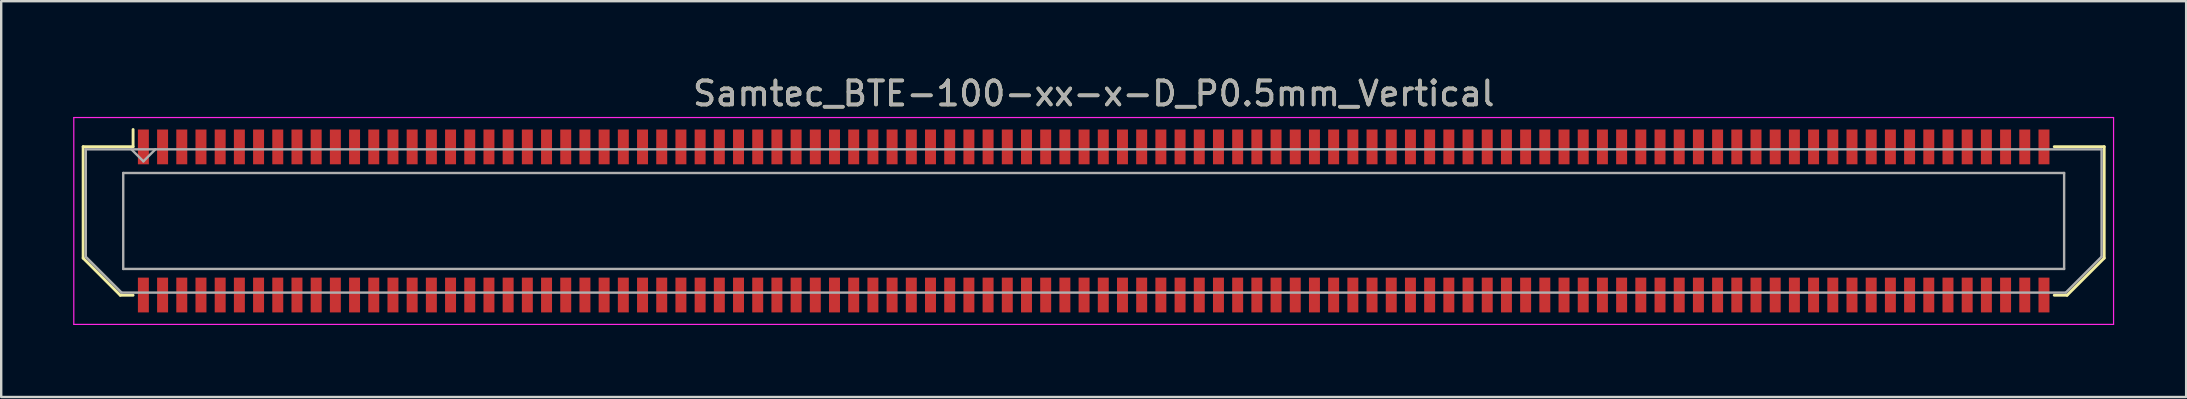
<source format=kicad_pcb>
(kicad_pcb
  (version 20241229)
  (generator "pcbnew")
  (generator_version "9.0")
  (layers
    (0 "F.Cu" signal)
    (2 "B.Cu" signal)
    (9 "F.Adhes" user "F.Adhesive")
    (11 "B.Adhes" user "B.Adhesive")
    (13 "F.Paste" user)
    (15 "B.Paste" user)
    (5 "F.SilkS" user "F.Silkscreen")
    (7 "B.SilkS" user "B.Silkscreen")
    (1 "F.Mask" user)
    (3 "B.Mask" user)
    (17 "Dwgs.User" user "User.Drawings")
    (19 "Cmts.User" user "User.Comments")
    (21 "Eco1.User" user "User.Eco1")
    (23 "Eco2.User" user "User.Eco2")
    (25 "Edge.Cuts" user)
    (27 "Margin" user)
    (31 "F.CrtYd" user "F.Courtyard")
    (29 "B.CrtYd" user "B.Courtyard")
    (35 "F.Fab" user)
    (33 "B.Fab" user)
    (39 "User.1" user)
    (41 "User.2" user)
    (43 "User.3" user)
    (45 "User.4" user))
  (footprint "Samtec_BTE-100-xx-x-D_P0.5mm_Vertical"
    (layer "F.Cu")
    (at 42.525 6.158)
    (property "Reference" "Samtec_BTE-100-xx-x-D_P0.5mm_Vertical" (at 0 -5.31 0) (layer "F.SilkS") (effects (font (size 1 1) (thickness 0.15))))
    (attr smd)
    (fp_line (start -42.11 -3.095) (end -42.11 1.548) (stroke (width 0.12) (type solid)) (layer "F.SilkS"))
    (fp_line (start -42.11 1.548) (end -40.562 3.095) (stroke (width 0.12) (type solid)) (layer "F.SilkS"))
    (fp_line (start -40.562 3.095) (end -40.029 3.095) (stroke (width 0.12) (type solid)) (layer "F.SilkS"))
    (fp_line (start -40.029 -3.811) (end -40.029 -3.095) (stroke (width 0.12) (type solid)) (layer "F.SilkS"))
    (fp_line (start -40.029 -3.095) (end -42.11 -3.095) (stroke (width 0.12) (type solid)) (layer "F.SilkS"))
    (fp_line (start 40.029 -3.095) (end 42.11 -3.095) (stroke (width 0.12) (type solid)) (layer "F.SilkS"))
    (fp_line (start 40.562 3.095) (end 40.029 3.095) (stroke (width 0.12) (type solid)) (layer "F.SilkS"))
    (fp_line (start 42.11 -3.095) (end 42.11 1.548) (stroke (width 0.12) (type solid)) (layer "F.SilkS"))
    (fp_line (start 42.11 1.548) (end 40.562 3.095) (stroke (width 0.12) (type solid)) (layer "F.SilkS"))
    (fp_line (start -42.5 -4.31) (end -42.5 4.31) (stroke (width 0.05) (type solid)) (layer "F.CrtYd"))
    (fp_line (start -42.5 4.31) (end 42.5 4.31) (stroke (width 0.05) (type solid)) (layer "F.CrtYd"))
    (fp_line (start 42.5 -4.31) (end -42.5 -4.31) (stroke (width 0.05) (type solid)) (layer "F.CrtYd"))
    (fp_line (start 42.5 4.31) (end 42.5 -4.31) (stroke (width 0.05) (type solid)) (layer "F.CrtYd"))
    (fp_line (start -42 -2.985) (end -42 1.492) (stroke (width 0.1) (type solid)) (layer "F.Fab"))
    (fp_line (start -42 -2.985) (end 42 -2.985) (stroke (width 0.1) (type solid)) (layer "F.Fab"))
    (fp_line (start -42 1.492) (end -40.508 2.985) (stroke (width 0.1) (type solid)) (layer "F.Fab"))
    (fp_line (start -40.508 2.985) (end 40.508 2.985) (stroke (width 0.1) (type solid)) (layer "F.Fab"))
    (fp_line (start -40.44 -2) (end -40.44 2) (stroke (width 0.1) (type solid)) (layer "F.Fab"))
    (fp_line (start -40.44 2) (end 40.44 2) (stroke (width 0.1) (type solid)) (layer "F.Fab"))
    (fp_line (start -39.6 -2.485) (end -40.1 -2.985) (stroke (width 0.1) (type solid)) (layer "F.Fab"))
    (fp_line (start -39.1 -2.985) (end -39.6 -2.485) (stroke (width 0.1) (type solid)) (layer "F.Fab"))
    (fp_line (start 40.44 -2) (end -40.44 -2) (stroke (width 0.1) (type solid)) (layer "F.Fab"))
    (fp_line (start 40.44 2) (end 40.44 -2) (stroke (width 0.1) (type solid)) (layer "F.Fab"))
    (fp_line (start 42 -2.985) (end 42 1.492) (stroke (width 0.1) (type solid)) (layer "F.Fab"))
    (fp_line (start 42 1.492) (end 40.508 2.985) (stroke (width 0.1) (type solid)) (layer "F.Fab"))
    (fp_text user "${REFERENCE}" (at 0 -5.31 0) (layer "F.Fab") (effects (font (size 1 1) (thickness 0.15))))
    (pad "1" smd rect (at -39.6 -3.086) (size 0.457 1.45) (layers "F.Cu" "F.Mask" "F.Paste"))
    (pad "2" smd rect (at -39.6 3.086) (size 0.457 1.45) (layers "F.Cu" "F.Mask" "F.Paste"))
    (pad "3" smd rect (at -38.8 -3.086) (size 0.457 1.45) (layers "F.Cu" "F.Mask" "F.Paste"))
    (pad "4" smd rect (at -38.8 3.086) (size 0.457 1.45) (layers "F.Cu" "F.Mask" "F.Paste"))
    (pad "5" smd rect (at -38 -3.086) (size 0.457 1.45) (layers "F.Cu" "F.Mask" "F.Paste"))
    (pad "6" smd rect (at -38 3.086) (size 0.457 1.45) (layers "F.Cu" "F.Mask" "F.Paste"))
    (pad "7" smd rect (at -37.2 -3.086) (size 0.457 1.45) (layers "F.Cu" "F.Mask" "F.Paste"))
    (pad "8" smd rect (at -37.2 3.086) (size 0.457 1.45) (layers "F.Cu" "F.Mask" "F.Paste"))
    (pad "9" smd rect (at -36.4 -3.086) (size 0.457 1.45) (layers "F.Cu" "F.Mask" "F.Paste"))
    (pad "10" smd rect (at -36.4 3.086) (size 0.457 1.45) (layers "F.Cu" "F.Mask" "F.Paste"))
    (pad "11" smd rect (at -35.6 -3.086) (size 0.457 1.45) (layers "F.Cu" "F.Mask" "F.Paste"))
    (pad "12" smd rect (at -35.6 3.086) (size 0.457 1.45) (layers "F.Cu" "F.Mask" "F.Paste"))
    (pad "13" smd rect (at -34.8 -3.086) (size 0.457 1.45) (layers "F.Cu" "F.Mask" "F.Paste"))
    (pad "14" smd rect (at -34.8 3.086) (size 0.457 1.45) (layers "F.Cu" "F.Mask" "F.Paste"))
    (pad "15" smd rect (at -34 -3.086) (size 0.457 1.45) (layers "F.Cu" "F.Mask" "F.Paste"))
    (pad "16" smd rect (at -34 3.086) (size 0.457 1.45) (layers "F.Cu" "F.Mask" "F.Paste"))
    (pad "17" smd rect (at -33.2 -3.086) (size 0.457 1.45) (layers "F.Cu" "F.Mask" "F.Paste"))
    (pad "18" smd rect (at -33.2 3.086) (size 0.457 1.45) (layers "F.Cu" "F.Mask" "F.Paste"))
    (pad "19" smd rect (at -32.4 -3.086) (size 0.457 1.45) (layers "F.Cu" "F.Mask" "F.Paste"))
    (pad "20" smd rect (at -32.4 3.086) (size 0.457 1.45) (layers "F.Cu" "F.Mask" "F.Paste"))
    (pad "21" smd rect (at -31.6 -3.086) (size 0.457 1.45) (layers "F.Cu" "F.Mask" "F.Paste"))
    (pad "22" smd rect (at -31.6 3.086) (size 0.457 1.45) (layers "F.Cu" "F.Mask" "F.Paste"))
    (pad "23" smd rect (at -30.8 -3.086) (size 0.457 1.45) (layers "F.Cu" "F.Mask" "F.Paste"))
    (pad "24" smd rect (at -30.8 3.086) (size 0.457 1.45) (layers "F.Cu" "F.Mask" "F.Paste"))
    (pad "25" smd rect (at -30 -3.086) (size 0.457 1.45) (layers "F.Cu" "F.Mask" "F.Paste"))
    (pad "26" smd rect (at -30 3.086) (size 0.457 1.45) (layers "F.Cu" "F.Mask" "F.Paste"))
    (pad "27" smd rect (at -29.2 -3.086) (size 0.457 1.45) (layers "F.Cu" "F.Mask" "F.Paste"))
    (pad "28" smd rect (at -29.2 3.086) (size 0.457 1.45) (layers "F.Cu" "F.Mask" "F.Paste"))
    (pad "29" smd rect (at -28.4 -3.086) (size 0.457 1.45) (layers "F.Cu" "F.Mask" "F.Paste"))
    (pad "30" smd rect (at -28.4 3.086) (size 0.457 1.45) (layers "F.Cu" "F.Mask" "F.Paste"))
    (pad "31" smd rect (at -27.6 -3.086) (size 0.457 1.45) (layers "F.Cu" "F.Mask" "F.Paste"))
    (pad "32" smd rect (at -27.6 3.086) (size 0.457 1.45) (layers "F.Cu" "F.Mask" "F.Paste"))
    (pad "33" smd rect (at -26.8 -3.086) (size 0.457 1.45) (layers "F.Cu" "F.Mask" "F.Paste"))
    (pad "34" smd rect (at -26.8 3.086) (size 0.457 1.45) (layers "F.Cu" "F.Mask" "F.Paste"))
    (pad "35" smd rect (at -26 -3.086) (size 0.457 1.45) (layers "F.Cu" "F.Mask" "F.Paste"))
    (pad "36" smd rect (at -26 3.086) (size 0.457 1.45) (layers "F.Cu" "F.Mask" "F.Paste"))
    (pad "37" smd rect (at -25.2 -3.086) (size 0.457 1.45) (layers "F.Cu" "F.Mask" "F.Paste"))
    (pad "38" smd rect (at -25.2 3.086) (size 0.457 1.45) (layers "F.Cu" "F.Mask" "F.Paste"))
    (pad "39" smd rect (at -24.4 -3.086) (size 0.457 1.45) (layers "F.Cu" "F.Mask" "F.Paste"))
    (pad "40" smd rect (at -24.4 3.086) (size 0.457 1.45) (layers "F.Cu" "F.Mask" "F.Paste"))
    (pad "41" smd rect (at -23.6 -3.086) (size 0.457 1.45) (layers "F.Cu" "F.Mask" "F.Paste"))
    (pad "42" smd rect (at -23.6 3.086) (size 0.457 1.45) (layers "F.Cu" "F.Mask" "F.Paste"))
    (pad "43" smd rect (at -22.8 -3.086) (size 0.457 1.45) (layers "F.Cu" "F.Mask" "F.Paste"))
    (pad "44" smd rect (at -22.8 3.086) (size 0.457 1.45) (layers "F.Cu" "F.Mask" "F.Paste"))
    (pad "45" smd rect (at -22 -3.086) (size 0.457 1.45) (layers "F.Cu" "F.Mask" "F.Paste"))
    (pad "46" smd rect (at -22 3.086) (size 0.457 1.45) (layers "F.Cu" "F.Mask" "F.Paste"))
    (pad "47" smd rect (at -21.2 -3.086) (size 0.457 1.45) (layers "F.Cu" "F.Mask" "F.Paste"))
    (pad "48" smd rect (at -21.2 3.086) (size 0.457 1.45) (layers "F.Cu" "F.Mask" "F.Paste"))
    (pad "49" smd rect (at -20.4 -3.086) (size 0.457 1.45) (layers "F.Cu" "F.Mask" "F.Paste"))
    (pad "50" smd rect (at -20.4 3.086) (size 0.457 1.45) (layers "F.Cu" "F.Mask" "F.Paste"))
    (pad "51" smd rect (at -19.6 -3.086) (size 0.457 1.45) (layers "F.Cu" "F.Mask" "F.Paste"))
    (pad "52" smd rect (at -19.6 3.086) (size 0.457 1.45) (layers "F.Cu" "F.Mask" "F.Paste"))
    (pad "53" smd rect (at -18.8 -3.086) (size 0.457 1.45) (layers "F.Cu" "F.Mask" "F.Paste"))
    (pad "54" smd rect (at -18.8 3.086) (size 0.457 1.45) (layers "F.Cu" "F.Mask" "F.Paste"))
    (pad "55" smd rect (at -18 -3.086) (size 0.457 1.45) (layers "F.Cu" "F.Mask" "F.Paste"))
    (pad "56" smd rect (at -18 3.086) (size 0.457 1.45) (layers "F.Cu" "F.Mask" "F.Paste"))
    (pad "57" smd rect (at -17.2 -3.086) (size 0.457 1.45) (layers "F.Cu" "F.Mask" "F.Paste"))
    (pad "58" smd rect (at -17.2 3.086) (size 0.457 1.45) (layers "F.Cu" "F.Mask" "F.Paste"))
    (pad "59" smd rect (at -16.4 -3.086) (size 0.457 1.45) (layers "F.Cu" "F.Mask" "F.Paste"))
    (pad "60" smd rect (at -16.4 3.086) (size 0.457 1.45) (layers "F.Cu" "F.Mask" "F.Paste"))
    (pad "61" smd rect (at -15.6 -3.086) (size 0.457 1.45) (layers "F.Cu" "F.Mask" "F.Paste"))
    (pad "62" smd rect (at -15.6 3.086) (size 0.457 1.45) (layers "F.Cu" "F.Mask" "F.Paste"))
    (pad "63" smd rect (at -14.8 -3.086) (size 0.457 1.45) (layers "F.Cu" "F.Mask" "F.Paste"))
    (pad "64" smd rect (at -14.8 3.086) (size 0.457 1.45) (layers "F.Cu" "F.Mask" "F.Paste"))
    (pad "65" smd rect (at -14 -3.086) (size 0.457 1.45) (layers "F.Cu" "F.Mask" "F.Paste"))
    (pad "66" smd rect (at -14 3.086) (size 0.457 1.45) (layers "F.Cu" "F.Mask" "F.Paste"))
    (pad "67" smd rect (at -13.2 -3.086) (size 0.457 1.45) (layers "F.Cu" "F.Mask" "F.Paste"))
    (pad "68" smd rect (at -13.2 3.086) (size 0.457 1.45) (layers "F.Cu" "F.Mask" "F.Paste"))
    (pad "69" smd rect (at -12.4 -3.086) (size 0.457 1.45) (layers "F.Cu" "F.Mask" "F.Paste"))
    (pad "70" smd rect (at -12.4 3.086) (size 0.457 1.45) (layers "F.Cu" "F.Mask" "F.Paste"))
    (pad "71" smd rect (at -11.6 -3.086) (size 0.457 1.45) (layers "F.Cu" "F.Mask" "F.Paste"))
    (pad "72" smd rect (at -11.6 3.086) (size 0.457 1.45) (layers "F.Cu" "F.Mask" "F.Paste"))
    (pad "73" smd rect (at -10.8 -3.086) (size 0.457 1.45) (layers "F.Cu" "F.Mask" "F.Paste"))
    (pad "74" smd rect (at -10.8 3.086) (size 0.457 1.45) (layers "F.Cu" "F.Mask" "F.Paste"))
    (pad "75" smd rect (at -10 -3.086) (size 0.457 1.45) (layers "F.Cu" "F.Mask" "F.Paste"))
    (pad "76" smd rect (at -10 3.086) (size 0.457 1.45) (layers "F.Cu" "F.Mask" "F.Paste"))
    (pad "77" smd rect (at -9.2 -3.086) (size 0.457 1.45) (layers "F.Cu" "F.Mask" "F.Paste"))
    (pad "78" smd rect (at -9.2 3.086) (size 0.457 1.45) (layers "F.Cu" "F.Mask" "F.Paste"))
    (pad "79" smd rect (at -8.4 -3.086) (size 0.457 1.45) (layers "F.Cu" "F.Mask" "F.Paste"))
    (pad "80" smd rect (at -8.4 3.086) (size 0.457 1.45) (layers "F.Cu" "F.Mask" "F.Paste"))
    (pad "81" smd rect (at -7.6 -3.086) (size 0.457 1.45) (layers "F.Cu" "F.Mask" "F.Paste"))
    (pad "82" smd rect (at -7.6 3.086) (size 0.457 1.45) (layers "F.Cu" "F.Mask" "F.Paste"))
    (pad "83" smd rect (at -6.8 -3.086) (size 0.457 1.45) (layers "F.Cu" "F.Mask" "F.Paste"))
    (pad "84" smd rect (at -6.8 3.086) (size 0.457 1.45) (layers "F.Cu" "F.Mask" "F.Paste"))
    (pad "85" smd rect (at -6 -3.086) (size 0.457 1.45) (layers "F.Cu" "F.Mask" "F.Paste"))
    (pad "86" smd rect (at -6 3.086) (size 0.457 1.45) (layers "F.Cu" "F.Mask" "F.Paste"))
    (pad "87" smd rect (at -5.2 -3.086) (size 0.457 1.45) (layers "F.Cu" "F.Mask" "F.Paste"))
    (pad "88" smd rect (at -5.2 3.086) (size 0.457 1.45) (layers "F.Cu" "F.Mask" "F.Paste"))
    (pad "89" smd rect (at -4.4 -3.086) (size 0.457 1.45) (layers "F.Cu" "F.Mask" "F.Paste"))
    (pad "90" smd rect (at -4.4 3.086) (size 0.457 1.45) (layers "F.Cu" "F.Mask" "F.Paste"))
    (pad "91" smd rect (at -3.6 -3.086) (size 0.457 1.45) (layers "F.Cu" "F.Mask" "F.Paste"))
    (pad "92" smd rect (at -3.6 3.086) (size 0.457 1.45) (layers "F.Cu" "F.Mask" "F.Paste"))
    (pad "93" smd rect (at -2.8 -3.086) (size 0.457 1.45) (layers "F.Cu" "F.Mask" "F.Paste"))
    (pad "94" smd rect (at -2.8 3.086) (size 0.457 1.45) (layers "F.Cu" "F.Mask" "F.Paste"))
    (pad "95" smd rect (at -2 -3.086) (size 0.457 1.45) (layers "F.Cu" "F.Mask" "F.Paste"))
    (pad "96" smd rect (at -2 3.086) (size 0.457 1.45) (layers "F.Cu" "F.Mask" "F.Paste"))
    (pad "97" smd rect (at -1.2 -3.086) (size 0.457 1.45) (layers "F.Cu" "F.Mask" "F.Paste"))
    (pad "98" smd rect (at -1.2 3.086) (size 0.457 1.45) (layers "F.Cu" "F.Mask" "F.Paste"))
    (pad "99" smd rect (at -0.4 -3.086) (size 0.457 1.45) (layers "F.Cu" "F.Mask" "F.Paste"))
    (pad "100" smd rect (at -0.4 3.086) (size 0.457 1.45) (layers "F.Cu" "F.Mask" "F.Paste"))
    (pad "101" smd rect (at 0.4 -3.086) (size 0.457 1.45) (layers "F.Cu" "F.Mask" "F.Paste"))
    (pad "102" smd rect (at 0.4 3.086) (size 0.457 1.45) (layers "F.Cu" "F.Mask" "F.Paste"))
    (pad "103" smd rect (at 1.2 -3.086) (size 0.457 1.45) (layers "F.Cu" "F.Mask" "F.Paste"))
    (pad "104" smd rect (at 1.2 3.086) (size 0.457 1.45) (layers "F.Cu" "F.Mask" "F.Paste"))
    (pad "105" smd rect (at 2 -3.086) (size 0.457 1.45) (layers "F.Cu" "F.Mask" "F.Paste"))
    (pad "106" smd rect (at 2 3.086) (size 0.457 1.45) (layers "F.Cu" "F.Mask" "F.Paste"))
    (pad "107" smd rect (at 2.8 -3.086) (size 0.457 1.45) (layers "F.Cu" "F.Mask" "F.Paste"))
    (pad "108" smd rect (at 2.8 3.086) (size 0.457 1.45) (layers "F.Cu" "F.Mask" "F.Paste"))
    (pad "109" smd rect (at 3.6 -3.086) (size 0.457 1.45) (layers "F.Cu" "F.Mask" "F.Paste"))
    (pad "110" smd rect (at 3.6 3.086) (size 0.457 1.45) (layers "F.Cu" "F.Mask" "F.Paste"))
    (pad "111" smd rect (at 4.4 -3.086) (size 0.457 1.45) (layers "F.Cu" "F.Mask" "F.Paste"))
    (pad "112" smd rect (at 4.4 3.086) (size 0.457 1.45) (layers "F.Cu" "F.Mask" "F.Paste"))
    (pad "113" smd rect (at 5.2 -3.086) (size 0.457 1.45) (layers "F.Cu" "F.Mask" "F.Paste"))
    (pad "114" smd rect (at 5.2 3.086) (size 0.457 1.45) (layers "F.Cu" "F.Mask" "F.Paste"))
    (pad "115" smd rect (at 6 -3.086) (size 0.457 1.45) (layers "F.Cu" "F.Mask" "F.Paste"))
    (pad "116" smd rect (at 6 3.086) (size 0.457 1.45) (layers "F.Cu" "F.Mask" "F.Paste"))
    (pad "117" smd rect (at 6.8 -3.086) (size 0.457 1.45) (layers "F.Cu" "F.Mask" "F.Paste"))
    (pad "118" smd rect (at 6.8 3.086) (size 0.457 1.45) (layers "F.Cu" "F.Mask" "F.Paste"))
    (pad "119" smd rect (at 7.6 -3.086) (size 0.457 1.45) (layers "F.Cu" "F.Mask" "F.Paste"))
    (pad "120" smd rect (at 7.6 3.086) (size 0.457 1.45) (layers "F.Cu" "F.Mask" "F.Paste"))
    (pad "121" smd rect (at 8.4 -3.086) (size 0.457 1.45) (layers "F.Cu" "F.Mask" "F.Paste"))
    (pad "122" smd rect (at 8.4 3.086) (size 0.457 1.45) (layers "F.Cu" "F.Mask" "F.Paste"))
    (pad "123" smd rect (at 9.2 -3.086) (size 0.457 1.45) (layers "F.Cu" "F.Mask" "F.Paste"))
    (pad "124" smd rect (at 9.2 3.086) (size 0.457 1.45) (layers "F.Cu" "F.Mask" "F.Paste"))
    (pad "125" smd rect (at 10 -3.086) (size 0.457 1.45) (layers "F.Cu" "F.Mask" "F.Paste"))
    (pad "126" smd rect (at 10 3.086) (size 0.457 1.45) (layers "F.Cu" "F.Mask" "F.Paste"))
    (pad "127" smd rect (at 10.8 -3.086) (size 0.457 1.45) (layers "F.Cu" "F.Mask" "F.Paste"))
    (pad "128" smd rect (at 10.8 3.086) (size 0.457 1.45) (layers "F.Cu" "F.Mask" "F.Paste"))
    (pad "129" smd rect (at 11.6 -3.086) (size 0.457 1.45) (layers "F.Cu" "F.Mask" "F.Paste"))
    (pad "130" smd rect (at 11.6 3.086) (size 0.457 1.45) (layers "F.Cu" "F.Mask" "F.Paste"))
    (pad "131" smd rect (at 12.4 -3.086) (size 0.457 1.45) (layers "F.Cu" "F.Mask" "F.Paste"))
    (pad "132" smd rect (at 12.4 3.086) (size 0.457 1.45) (layers "F.Cu" "F.Mask" "F.Paste"))
    (pad "133" smd rect (at 13.2 -3.086) (size 0.457 1.45) (layers "F.Cu" "F.Mask" "F.Paste"))
    (pad "134" smd rect (at 13.2 3.086) (size 0.457 1.45) (layers "F.Cu" "F.Mask" "F.Paste"))
    (pad "135" smd rect (at 14 -3.086) (size 0.457 1.45) (layers "F.Cu" "F.Mask" "F.Paste"))
    (pad "136" smd rect (at 14 3.086) (size 0.457 1.45) (layers "F.Cu" "F.Mask" "F.Paste"))
    (pad "137" smd rect (at 14.8 -3.086) (size 0.457 1.45) (layers "F.Cu" "F.Mask" "F.Paste"))
    (pad "138" smd rect (at 14.8 3.086) (size 0.457 1.45) (layers "F.Cu" "F.Mask" "F.Paste"))
    (pad "139" smd rect (at 15.6 -3.086) (size 0.457 1.45) (layers "F.Cu" "F.Mask" "F.Paste"))
    (pad "140" smd rect (at 15.6 3.086) (size 0.457 1.45) (layers "F.Cu" "F.Mask" "F.Paste"))
    (pad "141" smd rect (at 16.4 -3.086) (size 0.457 1.45) (layers "F.Cu" "F.Mask" "F.Paste"))
    (pad "142" smd rect (at 16.4 3.086) (size 0.457 1.45) (layers "F.Cu" "F.Mask" "F.Paste"))
    (pad "143" smd rect (at 17.2 -3.086) (size 0.457 1.45) (layers "F.Cu" "F.Mask" "F.Paste"))
    (pad "144" smd rect (at 17.2 3.086) (size 0.457 1.45) (layers "F.Cu" "F.Mask" "F.Paste"))
    (pad "145" smd rect (at 18 -3.086) (size 0.457 1.45) (layers "F.Cu" "F.Mask" "F.Paste"))
    (pad "146" smd rect (at 18 3.086) (size 0.457 1.45) (layers "F.Cu" "F.Mask" "F.Paste"))
    (pad "147" smd rect (at 18.8 -3.086) (size 0.457 1.45) (layers "F.Cu" "F.Mask" "F.Paste"))
    (pad "148" smd rect (at 18.8 3.086) (size 0.457 1.45) (layers "F.Cu" "F.Mask" "F.Paste"))
    (pad "149" smd rect (at 19.6 -3.086) (size 0.457 1.45) (layers "F.Cu" "F.Mask" "F.Paste"))
    (pad "150" smd rect (at 19.6 3.086) (size 0.457 1.45) (layers "F.Cu" "F.Mask" "F.Paste"))
    (pad "151" smd rect (at 20.4 -3.086) (size 0.457 1.45) (layers "F.Cu" "F.Mask" "F.Paste"))
    (pad "152" smd rect (at 20.4 3.086) (size 0.457 1.45) (layers "F.Cu" "F.Mask" "F.Paste"))
    (pad "153" smd rect (at 21.2 -3.086) (size 0.457 1.45) (layers "F.Cu" "F.Mask" "F.Paste"))
    (pad "154" smd rect (at 21.2 3.086) (size 0.457 1.45) (layers "F.Cu" "F.Mask" "F.Paste"))
    (pad "155" smd rect (at 22 -3.086) (size 0.457 1.45) (layers "F.Cu" "F.Mask" "F.Paste"))
    (pad "156" smd rect (at 22 3.086) (size 0.457 1.45) (layers "F.Cu" "F.Mask" "F.Paste"))
    (pad "157" smd rect (at 22.8 -3.086) (size 0.457 1.45) (layers "F.Cu" "F.Mask" "F.Paste"))
    (pad "158" smd rect (at 22.8 3.086) (size 0.457 1.45) (layers "F.Cu" "F.Mask" "F.Paste"))
    (pad "159" smd rect (at 23.6 -3.086) (size 0.457 1.45) (layers "F.Cu" "F.Mask" "F.Paste"))
    (pad "160" smd rect (at 23.6 3.086) (size 0.457 1.45) (layers "F.Cu" "F.Mask" "F.Paste"))
    (pad "161" smd rect (at 24.4 -3.086) (size 0.457 1.45) (layers "F.Cu" "F.Mask" "F.Paste"))
    (pad "162" smd rect (at 24.4 3.086) (size 0.457 1.45) (layers "F.Cu" "F.Mask" "F.Paste"))
    (pad "163" smd rect (at 25.2 -3.086) (size 0.457 1.45) (layers "F.Cu" "F.Mask" "F.Paste"))
    (pad "164" smd rect (at 25.2 3.086) (size 0.457 1.45) (layers "F.Cu" "F.Mask" "F.Paste"))
    (pad "165" smd rect (at 26 -3.086) (size 0.457 1.45) (layers "F.Cu" "F.Mask" "F.Paste"))
    (pad "166" smd rect (at 26 3.086) (size 0.457 1.45) (layers "F.Cu" "F.Mask" "F.Paste"))
    (pad "167" smd rect (at 26.8 -3.086) (size 0.457 1.45) (layers "F.Cu" "F.Mask" "F.Paste"))
    (pad "168" smd rect (at 26.8 3.086) (size 0.457 1.45) (layers "F.Cu" "F.Mask" "F.Paste"))
    (pad "169" smd rect (at 27.6 -3.086) (size 0.457 1.45) (layers "F.Cu" "F.Mask" "F.Paste"))
    (pad "170" smd rect (at 27.6 3.086) (size 0.457 1.45) (layers "F.Cu" "F.Mask" "F.Paste"))
    (pad "171" smd rect (at 28.4 -3.086) (size 0.457 1.45) (layers "F.Cu" "F.Mask" "F.Paste"))
    (pad "172" smd rect (at 28.4 3.086) (size 0.457 1.45) (layers "F.Cu" "F.Mask" "F.Paste"))
    (pad "173" smd rect (at 29.2 -3.086) (size 0.457 1.45) (layers "F.Cu" "F.Mask" "F.Paste"))
    (pad "174" smd rect (at 29.2 3.086) (size 0.457 1.45) (layers "F.Cu" "F.Mask" "F.Paste"))
    (pad "175" smd rect (at 30 -3.086) (size 0.457 1.45) (layers "F.Cu" "F.Mask" "F.Paste"))
    (pad "176" smd rect (at 30 3.086) (size 0.457 1.45) (layers "F.Cu" "F.Mask" "F.Paste"))
    (pad "177" smd rect (at 30.8 -3.086) (size 0.457 1.45) (layers "F.Cu" "F.Mask" "F.Paste"))
    (pad "178" smd rect (at 30.8 3.086) (size 0.457 1.45) (layers "F.Cu" "F.Mask" "F.Paste"))
    (pad "179" smd rect (at 31.6 -3.086) (size 0.457 1.45) (layers "F.Cu" "F.Mask" "F.Paste"))
    (pad "180" smd rect (at 31.6 3.086) (size 0.457 1.45) (layers "F.Cu" "F.Mask" "F.Paste"))
    (pad "181" smd rect (at 32.4 -3.086) (size 0.457 1.45) (layers "F.Cu" "F.Mask" "F.Paste"))
    (pad "182" smd rect (at 32.4 3.086) (size 0.457 1.45) (layers "F.Cu" "F.Mask" "F.Paste"))
    (pad "183" smd rect (at 33.2 -3.086) (size 0.457 1.45) (layers "F.Cu" "F.Mask" "F.Paste"))
    (pad "184" smd rect (at 33.2 3.086) (size 0.457 1.45) (layers "F.Cu" "F.Mask" "F.Paste"))
    (pad "185" smd rect (at 34 -3.086) (size 0.457 1.45) (layers "F.Cu" "F.Mask" "F.Paste"))
    (pad "186" smd rect (at 34 3.086) (size 0.457 1.45) (layers "F.Cu" "F.Mask" "F.Paste"))
    (pad "187" smd rect (at 34.8 -3.086) (size 0.457 1.45) (layers "F.Cu" "F.Mask" "F.Paste"))
    (pad "188" smd rect (at 34.8 3.086) (size 0.457 1.45) (layers "F.Cu" "F.Mask" "F.Paste"))
    (pad "189" smd rect (at 35.6 -3.086) (size 0.457 1.45) (layers "F.Cu" "F.Mask" "F.Paste"))
    (pad "190" smd rect (at 35.6 3.086) (size 0.457 1.45) (layers "F.Cu" "F.Mask" "F.Paste"))
    (pad "191" smd rect (at 36.4 -3.086) (size 0.457 1.45) (layers "F.Cu" "F.Mask" "F.Paste"))
    (pad "192" smd rect (at 36.4 3.086) (size 0.457 1.45) (layers "F.Cu" "F.Mask" "F.Paste"))
    (pad "193" smd rect (at 37.2 -3.086) (size 0.457 1.45) (layers "F.Cu" "F.Mask" "F.Paste"))
    (pad "194" smd rect (at 37.2 3.086) (size 0.457 1.45) (layers "F.Cu" "F.Mask" "F.Paste"))
    (pad "195" smd rect (at 38 -3.086) (size 0.457 1.45) (layers "F.Cu" "F.Mask" "F.Paste"))
    (pad "196" smd rect (at 38 3.086) (size 0.457 1.45) (layers "F.Cu" "F.Mask" "F.Paste"))
    (pad "197" smd rect (at 38.8 -3.086) (size 0.457 1.45) (layers "F.Cu" "F.Mask" "F.Paste"))
    (pad "198" smd rect (at 38.8 3.086) (size 0.457 1.45) (layers "F.Cu" "F.Mask" "F.Paste"))
    (pad "199" smd rect (at 39.6 -3.086) (size 0.457 1.45) (layers "F.Cu" "F.Mask" "F.Paste"))
    (pad "200" smd rect (at 39.6 3.086) (size 0.457 1.45) (layers "F.Cu" "F.Mask" "F.Paste")))
  (gr_rect
    (start -3 -3)
    (end 88.05 13.493)
    (stroke (width 0.1) (type default))
    (fill no)
    (layer "Edge.Cuts")))
</source>
